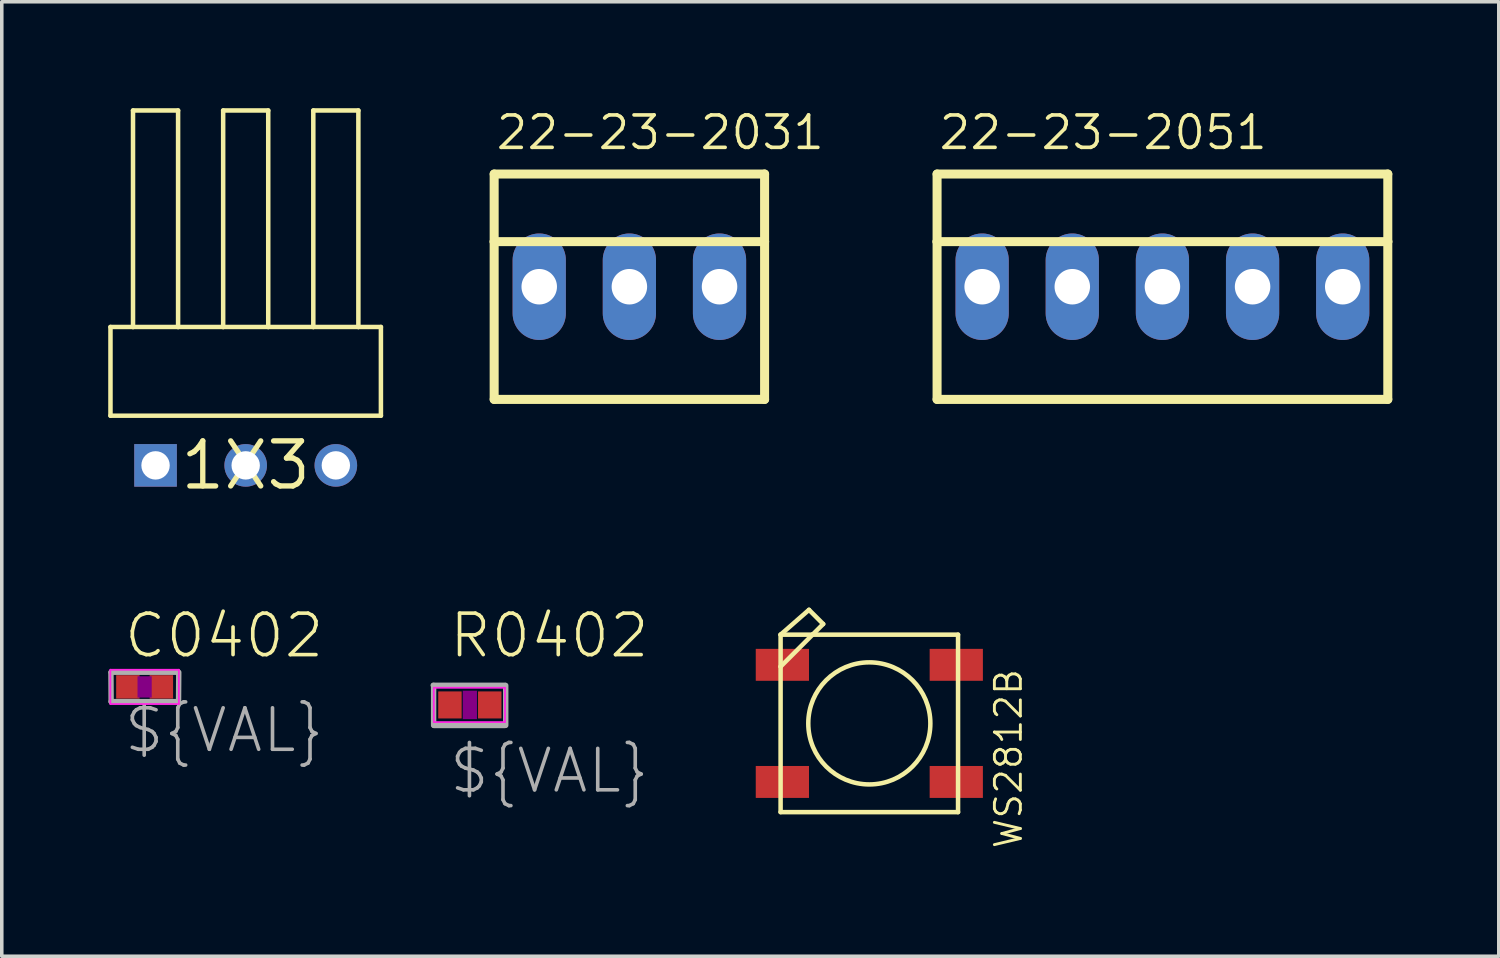
<source format=kicad_pcb>
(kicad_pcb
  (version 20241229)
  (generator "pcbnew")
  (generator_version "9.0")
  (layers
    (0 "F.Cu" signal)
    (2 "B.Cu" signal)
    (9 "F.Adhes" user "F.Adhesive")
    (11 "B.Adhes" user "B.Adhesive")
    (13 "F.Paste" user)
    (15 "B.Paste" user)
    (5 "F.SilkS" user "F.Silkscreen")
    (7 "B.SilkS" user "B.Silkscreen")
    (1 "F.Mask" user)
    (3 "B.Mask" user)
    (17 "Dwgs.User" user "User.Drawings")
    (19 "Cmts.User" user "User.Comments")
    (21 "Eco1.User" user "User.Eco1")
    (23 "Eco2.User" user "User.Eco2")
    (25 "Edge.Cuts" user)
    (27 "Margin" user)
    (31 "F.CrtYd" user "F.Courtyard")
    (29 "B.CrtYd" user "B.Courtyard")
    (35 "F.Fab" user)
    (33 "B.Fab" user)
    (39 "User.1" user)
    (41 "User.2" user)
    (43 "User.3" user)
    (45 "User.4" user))
  (footprint "1X3"
    (layer "F.Cu")
    (at 3.873 10.063)
    (property "Reference" "1X3" (at 0 0 0) (layer "F.SilkS") (effects (font (size 1.27 1.27) (thickness 0.15))))
    (fp_line (start -3.81 -3.9) (end -3.81 -1.4) (stroke (width 0.127) (type solid)) (layer "F.SilkS"))
    (fp_line (start -3.81 -1.4) (end 3.81 -1.4) (stroke (width 0.127) (type solid)) (layer "F.SilkS"))
    (fp_line (start -3.175 -10) (end -1.905 -10) (stroke (width 0.127) (type solid)) (layer "F.SilkS"))
    (fp_line (start -3.175 -3.9) (end -3.81 -3.9) (stroke (width 0.127) (type solid)) (layer "F.SilkS"))
    (fp_line (start -3.175 -3.9) (end -3.175 -10) (stroke (width 0.127) (type solid)) (layer "F.SilkS"))
    (fp_line (start -1.905 -10) (end -1.905 -3.9) (stroke (width 0.127) (type solid)) (layer "F.SilkS"))
    (fp_line (start -1.905 -3.9) (end -3.175 -3.9) (stroke (width 0.127) (type solid)) (layer "F.SilkS"))
    (fp_line (start -0.635 -10) (end 0.635 -10) (stroke (width 0.127) (type solid)) (layer "F.SilkS"))
    (fp_line (start -0.635 -3.9) (end -1.905 -3.9) (stroke (width 0.127) (type solid)) (layer "F.SilkS"))
    (fp_line (start -0.635 -3.9) (end -0.635 -10) (stroke (width 0.127) (type solid)) (layer "F.SilkS"))
    (fp_line (start 0.635 -10) (end 0.635 -3.9) (stroke (width 0.127) (type solid)) (layer "F.SilkS"))
    (fp_line (start 0.635 -3.9) (end -0.635 -3.9) (stroke (width 0.127) (type solid)) (layer "F.SilkS"))
    (fp_line (start 1.905 -10) (end 3.175 -10) (stroke (width 0.127) (type solid)) (layer "F.SilkS"))
    (fp_line (start 1.905 -3.9) (end 0.635 -3.9) (stroke (width 0.127) (type solid)) (layer "F.SilkS"))
    (fp_line (start 1.905 -3.9) (end 1.905 -10) (stroke (width 0.127) (type solid)) (layer "F.SilkS"))
    (fp_line (start 3.175 -10) (end 3.175 -3.9) (stroke (width 0.127) (type solid)) (layer "F.SilkS"))
    (fp_line (start 3.175 -3.9) (end 1.905 -3.9) (stroke (width 0.127) (type solid)) (layer "F.SilkS"))
    (fp_line (start 3.81 -3.9) (end 3.175 -3.9) (stroke (width 0.127) (type solid)) (layer "F.SilkS"))
    (fp_line (start 3.81 -1.4) (end 3.81 -3.9) (stroke (width 0.127) (type solid)) (layer "F.SilkS"))
    (pad "P$1" thru_hole rect (at -2.54 0) (size 1.2 1.2) (drill 0.8) (layers "*.Cu" "*.Mask"))
    (pad "P$2" thru_hole circle (at 0 0 90) (size 1.2 1.2) (drill 0.8) (layers "*.Cu" "*.Mask"))
    (pad "P$3" thru_hole circle (at 2.54 0 90) (size 1.2 1.2) (drill 0.8) (layers "*.Cu" "*.Mask")))
  (footprint "WS2812B"
    (layer "F.Cu")
    (at 21.445 17.333)
    (property "Reference" "WS2812B" (at 3.493 -1.587 90) (layer "F.SilkS") (effects (font (size 0.732 0.732) (thickness 0.081)) (justify right top)))
    (fp_line (start -2.5 -2.5) (end -1.6 -2.5) (stroke (width 0.127) (type solid)) (layer "F.SilkS"))
    (fp_line (start -2.5 -1.6) (end -2.5 -2.5) (stroke (width 0.127) (type solid)) (layer "F.SilkS"))
    (fp_line (start -2.5 -1.6) (end -1.6 -2.5) (stroke (width 0.127) (type solid)) (layer "F.SilkS"))
    (fp_line (start -2.5 2.5) (end -2.5 -1.6) (stroke (width 0.127) (type solid)) (layer "F.SilkS"))
    (fp_line (start -1.7 -3.2) (end -2.5 -2.5) (stroke (width 0.127) (type solid)) (layer "F.SilkS"))
    (fp_line (start -1.6 -2.5) (end -1.3 -2.8) (stroke (width 0.127) (type solid)) (layer "F.SilkS"))
    (fp_line (start -1.6 -2.5) (end 2.5 -2.5) (stroke (width 0.127) (type solid)) (layer "F.SilkS"))
    (fp_line (start -1.3 -2.8) (end -1.7 -3.2) (stroke (width 0.127) (type solid)) (layer "F.SilkS"))
    (fp_line (start 2.5 -2.5) (end 2.5 2.5) (stroke (width 0.127) (type solid)) (layer "F.SilkS"))
    (fp_line (start 2.5 2.5) (end -2.5 2.5) (stroke (width 0.127) (type solid)) (layer "F.SilkS"))
    (fp_circle (center 0 0) (end 1.72 0) (stroke (width 0.127) (type solid)) (fill no) (layer "F.SilkS"))
    (pad "1-VDD" smd rect (at 2.45 1.65 180) (size 1.5 0.9) (layers "F.Cu" "F.Mask" "F.Paste"))
    (pad "2-DOUT" smd rect (at 2.45 -1.65 180) (size 1.5 0.9) (layers "F.Cu" "F.Mask" "F.Paste"))
    (pad "3-GND" smd rect (at -2.45 -1.65 180) (size 1.5 0.9) (layers "F.Cu" "F.Mask" "F.Paste"))
    (pad "4-DIN" smd rect (at -2.45 1.65 180) (size 1.5 0.9) (layers "F.Cu" "F.Mask" "F.Paste")))
  (footprint "22-23-2051"
    (layer "F.Cu")
    (at 29.704 5.029)
    (property "Reference" "22-23-2051" (at -6.35 -3.81 0) (layer "F.SilkS") (effects (font (size 0.914 0.914) (thickness 0.102)) (justify left bottom)))
    (fp_line (start -6.35 -3.175) (end 6.35 -3.175) (stroke (width 0.254) (type solid)) (layer "F.SilkS"))
    (fp_line (start -6.35 -1.27) (end -6.35 -3.175) (stroke (width 0.254) (type solid)) (layer "F.SilkS"))
    (fp_line (start -6.35 -1.27) (end 6.35 -1.27) (stroke (width 0.254) (type solid)) (layer "F.SilkS"))
    (fp_line (start -6.35 3.175) (end -6.35 -1.27) (stroke (width 0.254) (type solid)) (layer "F.SilkS"))
    (fp_line (start 6.35 -3.175) (end 6.35 -1.27) (stroke (width 0.254) (type solid)) (layer "F.SilkS"))
    (fp_line (start 6.35 -1.27) (end 6.35 3.175) (stroke (width 0.254) (type solid)) (layer "F.SilkS"))
    (fp_line (start 6.35 3.175) (end -6.35 3.175) (stroke (width 0.254) (type solid)) (layer "F.SilkS"))
    (pad "1" thru_hole oval (at -5.08 0 90) (size 3 1.5) (drill 1) (layers "*.Cu" "*.Mask"))
    (pad "2" thru_hole oval (at -2.54 0 90) (size 3 1.5) (drill 1) (layers "*.Cu" "*.Mask"))
    (pad "3" thru_hole oval (at 0 0 90) (size 3 1.5) (drill 1) (layers "*.Cu" "*.Mask"))
    (pad "4" thru_hole oval (at 2.54 0 90) (size 3 1.5) (drill 1) (layers "*.Cu" "*.Mask"))
    (pad "5" thru_hole oval (at 5.08 0 90) (size 3 1.5) (drill 1) (layers "*.Cu" "*.Mask")))
  (footprint "R0402"
    (layer "F.Cu")
    (at 10.189 16.813)
    (property "Reference" "R0402" (at -0.635 -1.27 0) (layer "F.SilkS") (effects (font (size 1.168 1.168) (thickness 0.102)) (justify left bottom)))
    (fp_poly (pts (xy -0.2 0.4) (xy 0.2 0.4) (xy 0.2 -0.4) (xy -0.2 -0.4)) (stroke (width 0) (type default)) (fill yes) (layer "F.Adhes"))
    (fp_line (start -1.016 -0.483) (end 0.99 -0.483) (stroke (width 0.051) (type solid)) (layer "F.CrtYd"))
    (fp_line (start -1.016 0.483) (end -1.016 -0.483) (stroke (width 0.051) (type solid)) (layer "F.CrtYd"))
    (fp_line (start 0.99 -0.483) (end 0.99 0.483) (stroke (width 0.051) (type solid)) (layer "F.CrtYd"))
    (fp_line (start 0.99 0.483) (end -1.016 0.483) (stroke (width 0.051) (type solid)) (layer "F.CrtYd"))
    (fp_line (start -1.032 -0.554) (end 0.982 -0.554) (stroke (width 0.152) (type solid)) (layer "F.Fab"))
    (fp_line (start -1.021 -0.55) (end -1.021 0.575) (stroke (width 0.152) (type solid)) (layer "F.Fab"))
    (fp_line (start 0.982 0.58) (end -1.007 0.58) (stroke (width 0.152) (type solid)) (layer "F.Fab"))
    (fp_line (start 1.011 -0.55) (end 1.011 0.575) (stroke (width 0.152) (type solid)) (layer "F.Fab"))
    (fp_text user "${VAL}" (at -0.635 2.54 0) (layer "F.Fab") (effects (font (size 1.168 1.168) (thickness 0.102)) (justify left bottom)))
    (pad "1" smd rect (at -0.561 0) (size 0.66 0.762) (layers "F.Cu" "F.Mask" "F.Paste"))
    (pad "2" smd rect (at 0.561 0) (size 0.66 0.762) (layers "F.Cu" "F.Mask" "F.Paste")))
  (footprint "22-23-2031"
    (layer "F.Cu")
    (at 14.684 5.029)
    (property "Reference" "22-23-2031" (at -3.81 -3.81 0) (layer "F.SilkS") (effects (font (size 0.914 0.914) (thickness 0.102)) (justify left bottom)))
    (fp_line (start -3.81 -3.175) (end 3.81 -3.175) (stroke (width 0.254) (type solid)) (layer "F.SilkS"))
    (fp_line (start -3.81 -1.27) (end -3.81 -3.175) (stroke (width 0.254) (type solid)) (layer "F.SilkS"))
    (fp_line (start -3.81 -1.27) (end 3.81 -1.27) (stroke (width 0.254) (type solid)) (layer "F.SilkS"))
    (fp_line (start -3.81 3.175) (end -3.81 -1.27) (stroke (width 0.254) (type solid)) (layer "F.SilkS"))
    (fp_line (start 3.81 -3.175) (end 3.81 -1.27) (stroke (width 0.254) (type solid)) (layer "F.SilkS"))
    (fp_line (start 3.81 -1.27) (end 3.81 3.175) (stroke (width 0.254) (type solid)) (layer "F.SilkS"))
    (fp_line (start 3.81 3.175) (end -3.81 3.175) (stroke (width 0.254) (type solid)) (layer "F.SilkS"))
    (pad "1" thru_hole oval (at -2.54 0 90) (size 3 1.5) (drill 1) (layers "*.Cu" "*.Mask"))
    (pad "2" thru_hole oval (at 0 0 90) (size 3 1.5) (drill 1) (layers "*.Cu" "*.Mask"))
    (pad "3" thru_hole oval (at 2.54 0 90) (size 3 1.5) (drill 1) (layers "*.Cu" "*.Mask")))
  (footprint "C0402"
    (layer "F.Cu")
    (at 1.025 16.305)
    (property "Reference" "C0402" (at -0.635 -0.762 0) (layer "F.SilkS") (effects (font (size 1.168 1.168) (thickness 0.102)) (justify left bottom)))
    (fp_poly (pts (xy -0.2 0.3) (xy 0.2 0.3) (xy 0.2 -0.3) (xy -0.2 -0.3)) (stroke (width 0) (type default)) (fill yes) (layer "F.Adhes"))
    (fp_line (start -0.965 -0.483) (end 0.965 -0.483) (stroke (width 0.051) (type solid)) (layer "F.CrtYd"))
    (fp_line (start -0.965 0.483) (end -0.965 -0.483) (stroke (width 0.051) (type solid)) (layer "F.CrtYd"))
    (fp_line (start 0.965 -0.483) (end 0.965 0.483) (stroke (width 0.051) (type solid)) (layer "F.CrtYd"))
    (fp_line (start 0.965 0.483) (end -0.965 0.483) (stroke (width 0.051) (type solid)) (layer "F.CrtYd"))
    (fp_line (start -0.949 -0.411) (end -0.944 0.414) (stroke (width 0.152) (type solid)) (layer "F.Fab"))
    (fp_line (start -0.944 -0.414) (end 0.944 -0.414) (stroke (width 0.152) (type solid)) (layer "F.Fab"))
    (fp_line (start 0.944 0.414) (end -0.944 0.414) (stroke (width 0.152) (type solid)) (layer "F.Fab"))
    (fp_line (start 0.956 0.402) (end 0.962 -0.411) (stroke (width 0.152) (type solid)) (layer "F.Fab"))
    (fp_text user "${VAL}" (at -0.635 1.905 0) (layer "F.Fab") (effects (font (size 1.168 1.168) (thickness 0.102)) (justify left bottom)))
    (pad "1" smd rect (at -0.472 0) (size 0.66 0.66) (layers "F.Cu" "F.Mask" "F.Paste"))
    (pad "2" smd rect (at 0.472 0) (size 0.66 0.66) (layers "F.Cu" "F.Mask" "F.Paste")))
  (gr_rect
    (start -3 -3)
    (end 39.181 23.894)
    (stroke (width 0.1) (type default))
    (fill no)
    (layer "Edge.Cuts")))
</source>
